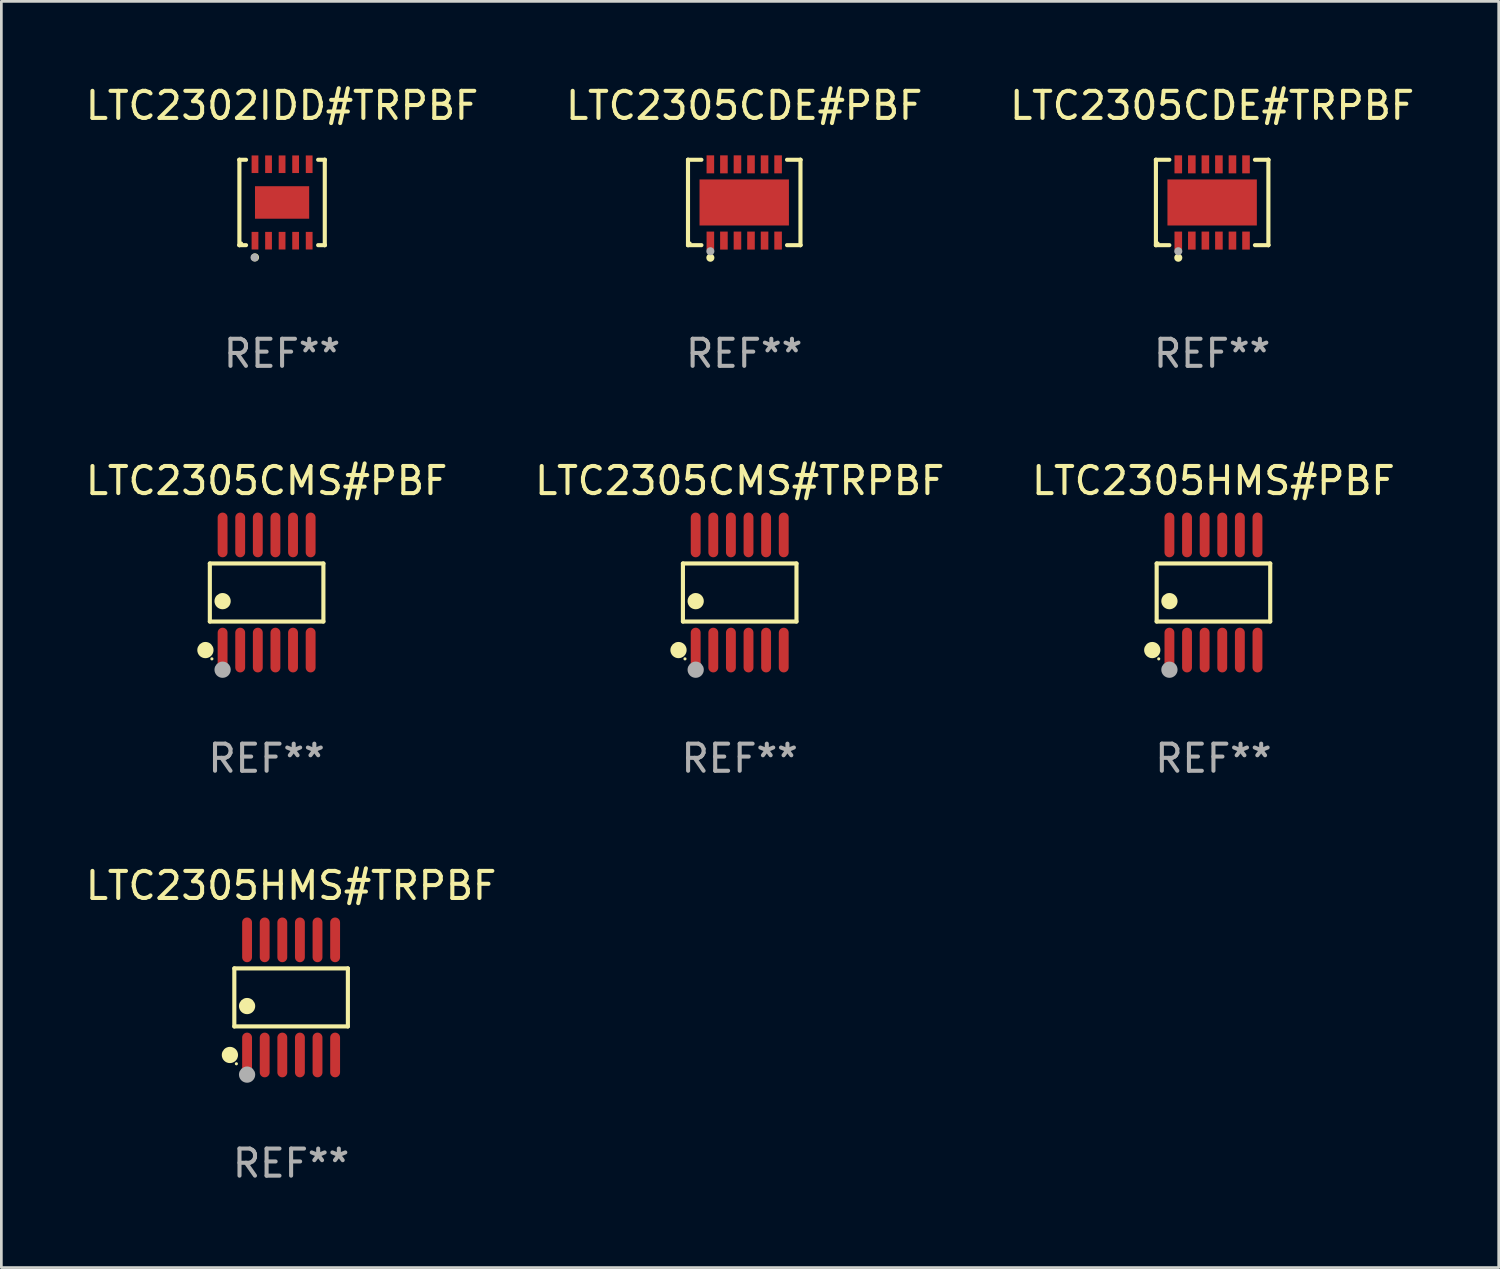
<source format=kicad_pcb>
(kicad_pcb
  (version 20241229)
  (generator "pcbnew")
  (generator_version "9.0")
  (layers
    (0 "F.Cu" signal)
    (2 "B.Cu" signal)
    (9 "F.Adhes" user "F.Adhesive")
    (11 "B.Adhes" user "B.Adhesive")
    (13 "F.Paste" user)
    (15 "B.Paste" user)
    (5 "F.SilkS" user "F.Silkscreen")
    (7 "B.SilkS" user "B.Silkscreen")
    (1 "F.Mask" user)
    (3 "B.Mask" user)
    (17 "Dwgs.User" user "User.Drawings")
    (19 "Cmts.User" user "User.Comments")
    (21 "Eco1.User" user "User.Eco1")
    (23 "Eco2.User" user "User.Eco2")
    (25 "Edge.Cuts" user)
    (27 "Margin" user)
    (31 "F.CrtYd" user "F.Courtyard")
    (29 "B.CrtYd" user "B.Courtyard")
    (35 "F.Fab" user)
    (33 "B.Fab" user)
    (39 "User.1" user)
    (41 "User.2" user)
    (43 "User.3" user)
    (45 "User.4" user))
  (footprint "LTC2305CDE#PBF"
    (layer "F.Cu")
    (at 24.423 4.424)
    (property "Reference" "LTC2305CDE#PBF" (at 0 -3.576 0) (layer "F.SilkS") (effects (font (size 1 1) (thickness 0.15))))
    (attr through_hole)
    (fp_line (start -2.076 -1.576) (end -2.076 -1.576) (stroke (width 0.152) (type solid)) (layer "F.SilkS"))
    (fp_line (start -2.076 -1.576) (end -1.58 -1.576) (stroke (width 0.152) (type solid)) (layer "F.SilkS"))
    (fp_line (start -2.076 1.576) (end -2.076 -1.576) (stroke (width 0.152) (type solid)) (layer "F.SilkS"))
    (fp_line (start -2.076 1.576) (end -2.076 1.576) (stroke (width 0.152) (type solid)) (layer "F.SilkS"))
    (fp_line (start -1.58 1.576) (end -2.076 1.576) (stroke (width 0.152) (type solid)) (layer "F.SilkS"))
    (fp_line (start 1.58 1.576) (end 2.076 1.576) (stroke (width 0.152) (type solid)) (layer "F.SilkS"))
    (fp_line (start 2.076 -1.576) (end 1.58 -1.576) (stroke (width 0.152) (type solid)) (layer "F.SilkS"))
    (fp_line (start 2.076 -1.576) (end 2.076 -1.576) (stroke (width 0.152) (type solid)) (layer "F.SilkS"))
    (fp_line (start 2.076 1.576) (end 2.076 -1.576) (stroke (width 0.152) (type solid)) (layer "F.SilkS"))
    (fp_line (start 2.076 1.576) (end 2.076 1.576) (stroke (width 0.152) (type solid)) (layer "F.SilkS"))
    (fp_circle (center -2 1.5) (end -1.97 1.5) (stroke (width 0.06) (type solid)) (fill no) (layer "F.SilkS"))
    (fp_circle (center -1.25 2.04) (end -1.175 2.04) (stroke (width 0.15) (type solid)) (fill no) (layer "F.SilkS"))
    (fp_circle (center -1.25 1.8) (end -1.175 1.8) (stroke (width 0.15) (type solid)) (fill no) (layer "F.Fab"))
    (fp_text user "REF**" (at 0 5.576 0) (layer "F.Fab") (effects (font (size 1 1) (thickness 0.15))))
    (pad "1" smd rect (at -1.25 1.407) (size 0.28 0.665) (layers "F.Cu" "F.Mask" "F.Paste"))
    (pad "2" smd rect (at -0.75 1.407) (size 0.28 0.665) (layers "F.Cu" "F.Mask" "F.Paste"))
    (pad "3" smd rect (at -0.25 1.407) (size 0.28 0.665) (layers "F.Cu" "F.Mask" "F.Paste"))
    (pad "4" smd rect (at 0.25 1.407) (size 0.28 0.665) (layers "F.Cu" "F.Mask" "F.Paste"))
    (pad "5" smd rect (at 0.75 1.407) (size 0.28 0.665) (layers "F.Cu" "F.Mask" "F.Paste"))
    (pad "6" smd rect (at 1.25 1.407) (size 0.28 0.665) (layers "F.Cu" "F.Mask" "F.Paste"))
    (pad "7" smd rect (at 1.25 -1.407) (size 0.28 0.665) (layers "F.Cu" "F.Mask" "F.Paste"))
    (pad "8" smd rect (at 0.75 -1.407) (size 0.28 0.665) (layers "F.Cu" "F.Mask" "F.Paste"))
    (pad "9" smd rect (at 0.25 -1.407) (size 0.28 0.665) (layers "F.Cu" "F.Mask" "F.Paste"))
    (pad "10" smd rect (at -0.25 -1.407) (size 0.28 0.665) (layers "F.Cu" "F.Mask" "F.Paste"))
    (pad "11" smd rect (at -0.75 -1.407) (size 0.28 0.665) (layers "F.Cu" "F.Mask" "F.Paste"))
    (pad "12" smd rect (at -1.25 -1.407) (size 0.28 0.665) (layers "F.Cu" "F.Mask" "F.Paste"))
    (pad "13" smd rect (at 0 0) (size 3.3 1.7) (layers "F.Cu" "F.Mask" "F.Paste")))
  (footprint "LTC2305CMS#TRPBF"
    (layer "F.Cu")
    (at 24.256 18.822)
    (property "Reference" "LTC2305CMS#TRPBF" (at 0 -4.125 0) (layer "F.SilkS") (effects (font (size 1 1) (thickness 0.15))))
    (attr through_hole)
    (fp_line (start -2.096 -1.071) (end 2.096 -1.071) (stroke (width 0.152) (type solid)) (layer "F.SilkS"))
    (fp_line (start -2.096 1.071) (end -2.096 -1.071) (stroke (width 0.152) (type solid)) (layer "F.SilkS"))
    (fp_line (start 2.096 -1.071) (end 2.096 1.071) (stroke (width 0.152) (type solid)) (layer "F.SilkS"))
    (fp_line (start 2.096 1.071) (end -2.096 1.071) (stroke (width 0.152) (type solid)) (layer "F.SilkS"))
    (fp_circle (center -2.259 2.125) (end -2.109 2.125) (stroke (width 0.3) (type solid)) (fill no) (layer "F.SilkS"))
    (fp_circle (center -2.02 2.45) (end -1.99 2.45) (stroke (width 0.06) (type solid)) (fill no) (layer "F.SilkS"))
    (fp_circle (center -1.625 0.319) (end -1.475 0.319) (stroke (width 0.3) (type solid)) (fill no) (layer "F.SilkS"))
    (fp_circle (center -1.625 2.85) (end -1.475 2.85) (stroke (width 0.3) (type solid)) (fill no) (layer "F.Fab"))
    (fp_text user "REF**" (at 0 6.125 0) (layer "F.Fab") (effects (font (size 1 1) (thickness 0.15))))
    (pad "1" smd oval (at -1.625 2.125) (size 0.364 1.65) (layers "F.Cu" "F.Mask" "F.Paste"))
    (pad "2" smd oval (at -0.975 2.125) (size 0.364 1.65) (layers "F.Cu" "F.Mask" "F.Paste"))
    (pad "3" smd oval (at -0.325 2.125) (size 0.364 1.65) (layers "F.Cu" "F.Mask" "F.Paste"))
    (pad "4" smd oval (at 0.325 2.125) (size 0.364 1.65) (layers "F.Cu" "F.Mask" "F.Paste"))
    (pad "5" smd oval (at 0.975 2.125) (size 0.364 1.65) (layers "F.Cu" "F.Mask" "F.Paste"))
    (pad "6" smd oval (at 1.625 2.125) (size 0.364 1.65) (layers "F.Cu" "F.Mask" "F.Paste"))
    (pad "7" smd oval (at 1.625 -2.125) (size 0.364 1.65) (layers "F.Cu" "F.Mask" "F.Paste"))
    (pad "8" smd oval (at 0.975 -2.125) (size 0.364 1.65) (layers "F.Cu" "F.Mask" "F.Paste"))
    (pad "9" smd oval (at 0.325 -2.125) (size 0.364 1.65) (layers "F.Cu" "F.Mask" "F.Paste"))
    (pad "10" smd oval (at -0.325 -2.125) (size 0.364 1.65) (layers "F.Cu" "F.Mask" "F.Paste"))
    (pad "11" smd oval (at -0.975 -2.125) (size 0.364 1.65) (layers "F.Cu" "F.Mask" "F.Paste"))
    (pad "12" smd oval (at -1.625 -2.125) (size 0.364 1.65) (layers "F.Cu" "F.Mask" "F.Paste")))
  (footprint "LTC2305HMS#PBF"
    (layer "F.Cu")
    (at 41.744 18.822)
    (property "Reference" "LTC2305HMS#PBF" (at 0 -4.125 0) (layer "F.SilkS") (effects (font (size 1 1) (thickness 0.15))))
    (attr through_hole)
    (fp_line (start -2.096 -1.071) (end 2.096 -1.071) (stroke (width 0.152) (type solid)) (layer "F.SilkS"))
    (fp_line (start -2.096 1.071) (end -2.096 -1.071) (stroke (width 0.152) (type solid)) (layer "F.SilkS"))
    (fp_line (start 2.096 -1.071) (end 2.096 1.071) (stroke (width 0.152) (type solid)) (layer "F.SilkS"))
    (fp_line (start 2.096 1.071) (end -2.096 1.071) (stroke (width 0.152) (type solid)) (layer "F.SilkS"))
    (fp_circle (center -2.259 2.125) (end -2.109 2.125) (stroke (width 0.3) (type solid)) (fill no) (layer "F.SilkS"))
    (fp_circle (center -2.02 2.45) (end -1.99 2.45) (stroke (width 0.06) (type solid)) (fill no) (layer "F.SilkS"))
    (fp_circle (center -1.625 0.319) (end -1.475 0.319) (stroke (width 0.3) (type solid)) (fill no) (layer "F.SilkS"))
    (fp_circle (center -1.625 2.85) (end -1.475 2.85) (stroke (width 0.3) (type solid)) (fill no) (layer "F.Fab"))
    (fp_text user "REF**" (at 0 6.125 0) (layer "F.Fab") (effects (font (size 1 1) (thickness 0.15))))
    (pad "1" smd oval (at -1.625 2.125) (size 0.364 1.65) (layers "F.Cu" "F.Mask" "F.Paste"))
    (pad "2" smd oval (at -0.975 2.125) (size 0.364 1.65) (layers "F.Cu" "F.Mask" "F.Paste"))
    (pad "3" smd oval (at -0.325 2.125) (size 0.364 1.65) (layers "F.Cu" "F.Mask" "F.Paste"))
    (pad "4" smd oval (at 0.325 2.125) (size 0.364 1.65) (layers "F.Cu" "F.Mask" "F.Paste"))
    (pad "5" smd oval (at 0.975 2.125) (size 0.364 1.65) (layers "F.Cu" "F.Mask" "F.Paste"))
    (pad "6" smd oval (at 1.625 2.125) (size 0.364 1.65) (layers "F.Cu" "F.Mask" "F.Paste"))
    (pad "7" smd oval (at 1.625 -2.125) (size 0.364 1.65) (layers "F.Cu" "F.Mask" "F.Paste"))
    (pad "8" smd oval (at 0.975 -2.125) (size 0.364 1.65) (layers "F.Cu" "F.Mask" "F.Paste"))
    (pad "9" smd oval (at 0.325 -2.125) (size 0.364 1.65) (layers "F.Cu" "F.Mask" "F.Paste"))
    (pad "10" smd oval (at -0.325 -2.125) (size 0.364 1.65) (layers "F.Cu" "F.Mask" "F.Paste"))
    (pad "11" smd oval (at -0.975 -2.125) (size 0.364 1.65) (layers "F.Cu" "F.Mask" "F.Paste"))
    (pad "12" smd oval (at -1.625 -2.125) (size 0.364 1.65) (layers "F.Cu" "F.Mask" "F.Paste")))
  (footprint "LTC2305CDE#TRPBF"
    (layer "F.Cu")
    (at 41.696 4.424)
    (property "Reference" "LTC2305CDE#TRPBF" (at 0 -3.576 0) (layer "F.SilkS") (effects (font (size 1 1) (thickness 0.15))))
    (attr through_hole)
    (fp_line (start -2.076 -1.576) (end -2.076 -1.576) (stroke (width 0.152) (type solid)) (layer "F.SilkS"))
    (fp_line (start -2.076 -1.576) (end -1.58 -1.576) (stroke (width 0.152) (type solid)) (layer "F.SilkS"))
    (fp_line (start -2.076 1.576) (end -2.076 -1.576) (stroke (width 0.152) (type solid)) (layer "F.SilkS"))
    (fp_line (start -2.076 1.576) (end -2.076 1.576) (stroke (width 0.152) (type solid)) (layer "F.SilkS"))
    (fp_line (start -1.58 1.576) (end -2.076 1.576) (stroke (width 0.152) (type solid)) (layer "F.SilkS"))
    (fp_line (start 1.58 1.576) (end 2.076 1.576) (stroke (width 0.152) (type solid)) (layer "F.SilkS"))
    (fp_line (start 2.076 -1.576) (end 1.58 -1.576) (stroke (width 0.152) (type solid)) (layer "F.SilkS"))
    (fp_line (start 2.076 -1.576) (end 2.076 -1.576) (stroke (width 0.152) (type solid)) (layer "F.SilkS"))
    (fp_line (start 2.076 1.576) (end 2.076 -1.576) (stroke (width 0.152) (type solid)) (layer "F.SilkS"))
    (fp_line (start 2.076 1.576) (end 2.076 1.576) (stroke (width 0.152) (type solid)) (layer "F.SilkS"))
    (fp_circle (center -2 1.5) (end -1.97 1.5) (stroke (width 0.06) (type solid)) (fill no) (layer "F.SilkS"))
    (fp_circle (center -1.25 2.04) (end -1.175 2.04) (stroke (width 0.15) (type solid)) (fill no) (layer "F.SilkS"))
    (fp_circle (center -1.25 1.8) (end -1.175 1.8) (stroke (width 0.15) (type solid)) (fill no) (layer "F.Fab"))
    (fp_text user "REF**" (at 0 5.576 0) (layer "F.Fab") (effects (font (size 1 1) (thickness 0.15))))
    (pad "1" smd rect (at -1.25 1.407) (size 0.28 0.665) (layers "F.Cu" "F.Mask" "F.Paste"))
    (pad "2" smd rect (at -0.75 1.407) (size 0.28 0.665) (layers "F.Cu" "F.Mask" "F.Paste"))
    (pad "3" smd rect (at -0.25 1.407) (size 0.28 0.665) (layers "F.Cu" "F.Mask" "F.Paste"))
    (pad "4" smd rect (at 0.25 1.407) (size 0.28 0.665) (layers "F.Cu" "F.Mask" "F.Paste"))
    (pad "5" smd rect (at 0.75 1.407) (size 0.28 0.665) (layers "F.Cu" "F.Mask" "F.Paste"))
    (pad "6" smd rect (at 1.25 1.407) (size 0.28 0.665) (layers "F.Cu" "F.Mask" "F.Paste"))
    (pad "7" smd rect (at 1.25 -1.407) (size 0.28 0.665) (layers "F.Cu" "F.Mask" "F.Paste"))
    (pad "8" smd rect (at 0.75 -1.407) (size 0.28 0.665) (layers "F.Cu" "F.Mask" "F.Paste"))
    (pad "9" smd rect (at 0.25 -1.407) (size 0.28 0.665) (layers "F.Cu" "F.Mask" "F.Paste"))
    (pad "10" smd rect (at -0.25 -1.407) (size 0.28 0.665) (layers "F.Cu" "F.Mask" "F.Paste"))
    (pad "11" smd rect (at -0.75 -1.407) (size 0.28 0.665) (layers "F.Cu" "F.Mask" "F.Paste"))
    (pad "12" smd rect (at -1.25 -1.407) (size 0.28 0.665) (layers "F.Cu" "F.Mask" "F.Paste"))
    (pad "13" smd rect (at 0 0) (size 3.3 1.7) (layers "F.Cu" "F.Mask" "F.Paste")))
  (footprint "LTC2305HMS#TRPBF"
    (layer "F.Cu")
    (at 7.696 33.769)
    (property "Reference" "LTC2305HMS#TRPBF" (at 0 -4.125 0) (layer "F.SilkS") (effects (font (size 1 1) (thickness 0.15))))
    (attr through_hole)
    (fp_line (start -2.096 -1.071) (end 2.096 -1.071) (stroke (width 0.152) (type solid)) (layer "F.SilkS"))
    (fp_line (start -2.096 1.071) (end -2.096 -1.071) (stroke (width 0.152) (type solid)) (layer "F.SilkS"))
    (fp_line (start 2.096 -1.071) (end 2.096 1.071) (stroke (width 0.152) (type solid)) (layer "F.SilkS"))
    (fp_line (start 2.096 1.071) (end -2.096 1.071) (stroke (width 0.152) (type solid)) (layer "F.SilkS"))
    (fp_circle (center -2.259 2.125) (end -2.109 2.125) (stroke (width 0.3) (type solid)) (fill no) (layer "F.SilkS"))
    (fp_circle (center -2.02 2.45) (end -1.99 2.45) (stroke (width 0.06) (type solid)) (fill no) (layer "F.SilkS"))
    (fp_circle (center -1.625 0.319) (end -1.475 0.319) (stroke (width 0.3) (type solid)) (fill no) (layer "F.SilkS"))
    (fp_circle (center -1.625 2.85) (end -1.475 2.85) (stroke (width 0.3) (type solid)) (fill no) (layer "F.Fab"))
    (fp_text user "REF**" (at 0 6.125 0) (layer "F.Fab") (effects (font (size 1 1) (thickness 0.15))))
    (pad "1" smd oval (at -1.625 2.125) (size 0.364 1.65) (layers "F.Cu" "F.Mask" "F.Paste"))
    (pad "2" smd oval (at -0.975 2.125) (size 0.364 1.65) (layers "F.Cu" "F.Mask" "F.Paste"))
    (pad "3" smd oval (at -0.325 2.125) (size 0.364 1.65) (layers "F.Cu" "F.Mask" "F.Paste"))
    (pad "4" smd oval (at 0.325 2.125) (size 0.364 1.65) (layers "F.Cu" "F.Mask" "F.Paste"))
    (pad "5" smd oval (at 0.975 2.125) (size 0.364 1.65) (layers "F.Cu" "F.Mask" "F.Paste"))
    (pad "6" smd oval (at 1.625 2.125) (size 0.364 1.65) (layers "F.Cu" "F.Mask" "F.Paste"))
    (pad "7" smd oval (at 1.625 -2.125) (size 0.364 1.65) (layers "F.Cu" "F.Mask" "F.Paste"))
    (pad "8" smd oval (at 0.975 -2.125) (size 0.364 1.65) (layers "F.Cu" "F.Mask" "F.Paste"))
    (pad "9" smd oval (at 0.325 -2.125) (size 0.364 1.65) (layers "F.Cu" "F.Mask" "F.Paste"))
    (pad "10" smd oval (at -0.325 -2.125) (size 0.364 1.65) (layers "F.Cu" "F.Mask" "F.Paste"))
    (pad "11" smd oval (at -0.975 -2.125) (size 0.364 1.65) (layers "F.Cu" "F.Mask" "F.Paste"))
    (pad "12" smd oval (at -1.625 -2.125) (size 0.364 1.65) (layers "F.Cu" "F.Mask" "F.Paste")))
  (footprint "LTC2305CMS#PBF"
    (layer "F.Cu")
    (at 6.792 18.822)
    (property "Reference" "LTC2305CMS#PBF" (at 0 -4.125 0) (layer "F.SilkS") (effects (font (size 1 1) (thickness 0.15))))
    (attr through_hole)
    (fp_line (start -2.096 -1.071) (end 2.096 -1.071) (stroke (width 0.152) (type solid)) (layer "F.SilkS"))
    (fp_line (start -2.096 1.071) (end -2.096 -1.071) (stroke (width 0.152) (type solid)) (layer "F.SilkS"))
    (fp_line (start 2.096 -1.071) (end 2.096 1.071) (stroke (width 0.152) (type solid)) (layer "F.SilkS"))
    (fp_line (start 2.096 1.071) (end -2.096 1.071) (stroke (width 0.152) (type solid)) (layer "F.SilkS"))
    (fp_circle (center -2.259 2.125) (end -2.109 2.125) (stroke (width 0.3) (type solid)) (fill no) (layer "F.SilkS"))
    (fp_circle (center -2.02 2.45) (end -1.99 2.45) (stroke (width 0.06) (type solid)) (fill no) (layer "F.SilkS"))
    (fp_circle (center -1.625 0.319) (end -1.475 0.319) (stroke (width 0.3) (type solid)) (fill no) (layer "F.SilkS"))
    (fp_circle (center -1.625 2.85) (end -1.475 2.85) (stroke (width 0.3) (type solid)) (fill no) (layer "F.Fab"))
    (fp_text user "REF**" (at 0 6.125 0) (layer "F.Fab") (effects (font (size 1 1) (thickness 0.15))))
    (pad "1" smd oval (at -1.625 2.125) (size 0.364 1.65) (layers "F.Cu" "F.Mask" "F.Paste"))
    (pad "2" smd oval (at -0.975 2.125) (size 0.364 1.65) (layers "F.Cu" "F.Mask" "F.Paste"))
    (pad "3" smd oval (at -0.325 2.125) (size 0.364 1.65) (layers "F.Cu" "F.Mask" "F.Paste"))
    (pad "4" smd oval (at 0.325 2.125) (size 0.364 1.65) (layers "F.Cu" "F.Mask" "F.Paste"))
    (pad "5" smd oval (at 0.975 2.125) (size 0.364 1.65) (layers "F.Cu" "F.Mask" "F.Paste"))
    (pad "6" smd oval (at 1.625 2.125) (size 0.364 1.65) (layers "F.Cu" "F.Mask" "F.Paste"))
    (pad "7" smd oval (at 1.625 -2.125) (size 0.364 1.65) (layers "F.Cu" "F.Mask" "F.Paste"))
    (pad "8" smd oval (at 0.975 -2.125) (size 0.364 1.65) (layers "F.Cu" "F.Mask" "F.Paste"))
    (pad "9" smd oval (at 0.325 -2.125) (size 0.364 1.65) (layers "F.Cu" "F.Mask" "F.Paste"))
    (pad "10" smd oval (at -0.325 -2.125) (size 0.364 1.65) (layers "F.Cu" "F.Mask" "F.Paste"))
    (pad "11" smd oval (at -0.975 -2.125) (size 0.364 1.65) (layers "F.Cu" "F.Mask" "F.Paste"))
    (pad "12" smd oval (at -1.625 -2.125) (size 0.364 1.65) (layers "F.Cu" "F.Mask" "F.Paste")))
  (footprint "LTC2302IDD#TRPBF"
    (layer "F.Cu")
    (at 7.363 4.424)
    (property "Reference" "LTC2302IDD#TRPBF" (at 0 -3.576 0) (layer "F.SilkS") (effects (font (size 1 1) (thickness 0.15))))
    (attr through_hole)
    (fp_line (start -1.576 -1.576) (end -1.576 -1.576) (stroke (width 0.152) (type solid)) (layer "F.SilkS"))
    (fp_line (start -1.576 -1.576) (end -1.331 -1.576) (stroke (width 0.152) (type solid)) (layer "F.SilkS"))
    (fp_line (start -1.576 1.576) (end -1.576 -1.576) (stroke (width 0.152) (type solid)) (layer "F.SilkS"))
    (fp_line (start -1.576 1.576) (end -1.576 1.576) (stroke (width 0.152) (type solid)) (layer "F.SilkS"))
    (fp_line (start -1.331 1.576) (end -1.576 1.576) (stroke (width 0.152) (type solid)) (layer "F.SilkS"))
    (fp_line (start 1.331 1.576) (end 1.576 1.576) (stroke (width 0.152) (type solid)) (layer "F.SilkS"))
    (fp_line (start 1.576 -1.576) (end 1.331 -1.576) (stroke (width 0.152) (type solid)) (layer "F.SilkS"))
    (fp_line (start 1.576 -1.576) (end 1.576 -1.576) (stroke (width 0.152) (type solid)) (layer "F.SilkS"))
    (fp_line (start 1.576 1.576) (end 1.576 -1.576) (stroke (width 0.152) (type solid)) (layer "F.SilkS"))
    (fp_line (start 1.576 1.576) (end 1.576 1.576) (stroke (width 0.152) (type solid)) (layer "F.SilkS"))
    (fp_circle (center -1.5 1.5) (end -1.47 1.5) (stroke (width 0.06) (type solid)) (fill no) (layer "F.SilkS"))
    (fp_circle (center -1 2.028) (end -0.925 2.028) (stroke (width 0.15) (type solid)) (fill no) (layer "F.SilkS"))
    (fp_circle (center -1.016 2.032) (end -0.941 2.032) (stroke (width 0.15) (type solid)) (fill no) (layer "F.Fab"))
    (fp_text user "REF**" (at 0 5.576 0) (layer "F.Fab") (effects (font (size 1 1) (thickness 0.15))))
    (pad "1" smd rect (at -1 1.411) (size 0.25 0.65) (layers "F.Cu" "F.Mask" "F.Paste"))
    (pad "2" smd rect (at -0.5 1.411) (size 0.25 0.65) (layers "F.Cu" "F.Mask" "F.Paste"))
    (pad "3" smd rect (at 0 1.411) (size 0.25 0.65) (layers "F.Cu" "F.Mask" "F.Paste"))
    (pad "4" smd rect (at 0.5 1.411) (size 0.25 0.65) (layers "F.Cu" "F.Mask" "F.Paste"))
    (pad "5" smd rect (at 1 1.411) (size 0.25 0.65) (layers "F.Cu" "F.Mask" "F.Paste"))
    (pad "6" smd rect (at 1 -1.411) (size 0.25 0.65) (layers "F.Cu" "F.Mask" "F.Paste"))
    (pad "7" smd rect (at 0.5 -1.411) (size 0.25 0.65) (layers "F.Cu" "F.Mask" "F.Paste"))
    (pad "8" smd rect (at 0 -1.411) (size 0.25 0.65) (layers "F.Cu" "F.Mask" "F.Paste"))
    (pad "9" smd rect (at -0.5 -1.411) (size 0.25 0.65) (layers "F.Cu" "F.Mask" "F.Paste"))
    (pad "10" smd rect (at -1 -1.411) (size 0.25 0.65) (layers "F.Cu" "F.Mask" "F.Paste"))
    (pad "11" smd rect (at 0 0) (size 2 1.2) (layers "F.Cu" "F.Mask" "F.Paste")))
  (gr_rect
    (start -3 -3)
    (end 52.274 43.742)
    (stroke (width 0.1) (type default))
    (fill no)
    (layer "Edge.Cuts")))
</source>
